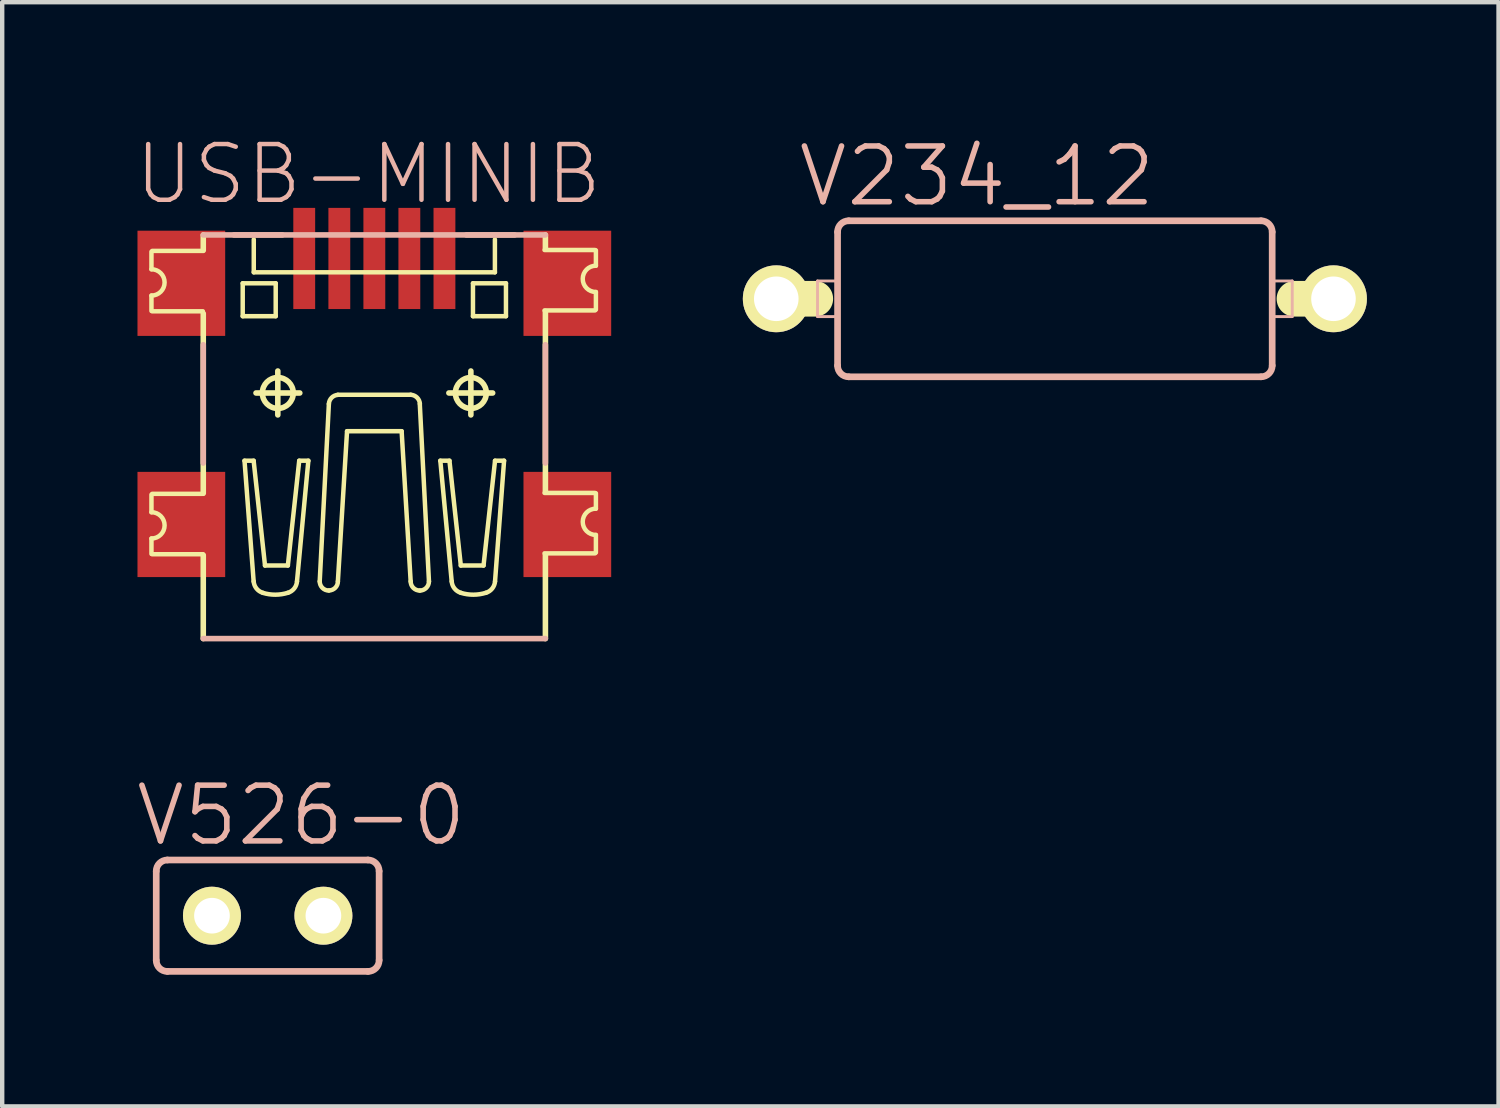
<source format=kicad_pcb>
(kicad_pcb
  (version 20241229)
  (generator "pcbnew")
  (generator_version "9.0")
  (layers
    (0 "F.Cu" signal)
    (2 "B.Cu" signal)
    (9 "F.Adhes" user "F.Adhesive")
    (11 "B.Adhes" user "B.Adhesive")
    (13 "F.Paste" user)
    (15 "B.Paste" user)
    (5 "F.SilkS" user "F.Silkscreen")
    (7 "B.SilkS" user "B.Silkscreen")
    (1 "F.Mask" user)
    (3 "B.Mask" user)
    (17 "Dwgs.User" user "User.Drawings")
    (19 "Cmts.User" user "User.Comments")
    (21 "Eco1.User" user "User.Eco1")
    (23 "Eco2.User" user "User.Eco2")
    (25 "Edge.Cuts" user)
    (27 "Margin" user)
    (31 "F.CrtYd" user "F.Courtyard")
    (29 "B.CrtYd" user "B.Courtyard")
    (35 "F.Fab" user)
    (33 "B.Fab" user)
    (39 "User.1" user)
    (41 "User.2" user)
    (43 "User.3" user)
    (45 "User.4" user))
  (footprint "V526-0"
    (layer "F.Cu")
    (at 3.051 17.821)
    (property "Reference" "V526-0" (at 0.762 -2.286 0) (layer "B.SilkS") (effects (font (size 1.27 1.27) (thickness 0.127))))
    (attr exclude_from_pos_files exclude_from_bom)
    (fp_line (start -2.54 -1.016) (end -2.54 1.016) (stroke (width 0.152) (type solid)) (layer "B.SilkS"))
    (fp_line (start -2.286 1.27) (end 2.286 1.27) (stroke (width 0.152) (type solid)) (layer "B.SilkS"))
    (fp_line (start 2.286 -1.27) (end -2.286 -1.27) (stroke (width 0.152) (type solid)) (layer "B.SilkS"))
    (fp_line (start 2.54 1.016) (end 2.54 -1.016) (stroke (width 0.152) (type solid)) (layer "B.SilkS"))
    (fp_arc (start -2.54 -1.016) (mid -2.465605 -1.195605) (end -2.286 -1.27) (stroke (width 0.1524) (type solid)) (layer "B.SilkS"))
    (fp_arc (start -2.286 1.27) (mid -2.465605 1.195605) (end -2.54 1.016) (stroke (width 0.1524) (type solid)) (layer "B.SilkS"))
    (fp_arc (start 2.286 -1.27) (mid 2.465605 -1.195605) (end 2.54 -1.016) (stroke (width 0.1524) (type solid)) (layer "B.SilkS"))
    (fp_arc (start 2.54 1.016) (mid 2.465605 1.195605) (end 2.286 1.27) (stroke (width 0.1524) (type solid)) (layer "B.SilkS"))
    (pad "1" thru_hole circle (at -1.27 0) (size 1.321 1.321) (drill 0.813) (layers "*.Cu" "F.Mask" "F.SilkS" "F.Paste"))
    (pad "2" thru_hole circle (at 1.27 0) (size 1.321 1.321) (drill 0.813) (layers "*.Cu" "F.Mask" "F.SilkS" "F.Paste")))
  (footprint "V234_12"
    (layer "F.Cu")
    (at 20.993 3.76)
    (property "Reference" "V234_12" (at -1.778 -2.794 0) (layer "B.SilkS") (effects (font (size 1.27 1.27) (thickness 0.127))))
    (attr exclude_from_pos_files exclude_from_bom)
    (fp_line (start -6.35 0) (end -5.461 0) (stroke (width 0.813) (type solid)) (layer "F.SilkS"))
    (fp_line (start 6.35 0) (end 5.461 0) (stroke (width 0.813) (type solid)) (layer "F.SilkS"))
    (fp_line (start -5.41 -0.406) (end -4.953 -0.406) (stroke (width 0.066) (type solid)) (layer "B.SilkS"))
    (fp_line (start -5.41 0.406) (end -5.41 -0.406) (stroke (width 0.066) (type solid)) (layer "B.SilkS"))
    (fp_line (start -5.41 0.406) (end -4.953 0.406) (stroke (width 0.066) (type solid)) (layer "B.SilkS"))
    (fp_line (start -4.953 -1.524) (end -4.953 1.524) (stroke (width 0.152) (type solid)) (layer "B.SilkS"))
    (fp_line (start -4.953 0.406) (end -4.953 -0.406) (stroke (width 0.066) (type solid)) (layer "B.SilkS"))
    (fp_line (start -4.699 -1.778) (end 4.699 -1.778) (stroke (width 0.152) (type solid)) (layer "B.SilkS"))
    (fp_line (start 4.699 1.778) (end -4.699 1.778) (stroke (width 0.152) (type solid)) (layer "B.SilkS"))
    (fp_line (start 4.953 -1.524) (end 4.953 1.524) (stroke (width 0.152) (type solid)) (layer "B.SilkS"))
    (fp_line (start 4.953 -0.406) (end 5.41 -0.406) (stroke (width 0.066) (type solid)) (layer "B.SilkS"))
    (fp_line (start 4.953 0.406) (end 4.953 -0.406) (stroke (width 0.066) (type solid)) (layer "B.SilkS"))
    (fp_line (start 4.953 0.406) (end 5.41 0.406) (stroke (width 0.066) (type solid)) (layer "B.SilkS"))
    (fp_line (start 5.41 0.406) (end 5.41 -0.406) (stroke (width 0.066) (type solid)) (layer "B.SilkS"))
    (fp_arc (start -4.953 -1.524) (mid -4.878605 -1.703605) (end -4.699 -1.778) (stroke (width 0.1524) (type solid)) (layer "B.SilkS"))
    (fp_arc (start -4.699 1.778) (mid -4.878605 1.703605) (end -4.953 1.524) (stroke (width 0.1524) (type solid)) (layer "B.SilkS"))
    (fp_arc (start 4.699 -1.778) (mid 4.878605 -1.703605) (end 4.953 -1.524) (stroke (width 0.1524) (type solid)) (layer "B.SilkS"))
    (fp_arc (start 4.953 1.524) (mid 4.878605 1.703605) (end 4.699 1.778) (stroke (width 0.1524) (type solid)) (layer "B.SilkS"))
    (pad "1" thru_hole circle (at -6.35 0) (size 1.524 1.524) (drill 1.016) (layers "*.Cu" "F.Mask" "F.SilkS" "F.Paste"))
    (pad "2" thru_hole circle (at 6.35 0) (size 1.524 1.524) (drill 1.016) (layers "*.Cu" "F.Mask" "F.SilkS" "F.Paste")))
  (footprint "USB-MINIB"
    (layer "F.Cu")
    (at 5.482 6.905)
    (property "Reference" "USB-MINIB" (at -0.135 -5.984 0) (layer "B.SilkS") (effects (font (size 1.27 1.27) (thickness 0.102))))
    (attr smd)
    (fp_line (start -5.08 -4.219) (end -5.08 -3.818) (stroke (width 0.102) (type solid)) (layer "F.SilkS"))
    (fp_line (start -5.08 -2.868) (end -5.08 -3.218) (stroke (width 0.102) (type solid)) (layer "F.SilkS"))
    (fp_line (start -5.08 1.318) (end -5.08 1.72) (stroke (width 0.102) (type solid)) (layer "F.SilkS"))
    (fp_line (start -5.08 2.67) (end -5.08 2.319) (stroke (width 0.102) (type solid)) (layer "F.SilkS"))
    (fp_line (start -5.06 -4.237) (end -3.909 -4.237) (stroke (width 0.102) (type solid)) (layer "F.SilkS"))
    (fp_line (start -5.06 1.3) (end -3.909 1.3) (stroke (width 0.102) (type solid)) (layer "F.SilkS"))
    (fp_line (start -3.909 -2.86) (end -5.06 -2.86) (stroke (width 0.102) (type solid)) (layer "F.SilkS"))
    (fp_line (start -3.909 2.677) (end -5.06 2.677) (stroke (width 0.102) (type solid)) (layer "F.SilkS"))
    (fp_line (start -3.899 -4.6) (end -3.899 -4.249) (stroke (width 0.127) (type solid)) (layer "F.SilkS"))
    (fp_line (start -3.899 1.288) (end -3.899 -2.809) (stroke (width 0.127) (type solid)) (layer "F.SilkS"))
    (fp_line (start -3.899 4.6) (end -3.899 2.697) (stroke (width 0.127) (type solid)) (layer "F.SilkS"))
    (fp_line (start -3 -3.498) (end -2.248 -3.498) (stroke (width 0.102) (type solid)) (layer "F.SilkS"))
    (fp_line (start -3 -2.748) (end -3 -3.498) (stroke (width 0.102) (type solid)) (layer "F.SilkS"))
    (fp_line (start -2.959 0.546) (end -2.751 3.297) (stroke (width 0.102) (type solid)) (layer "F.SilkS"))
    (fp_line (start -2.751 0.546) (end -2.959 0.546) (stroke (width 0.102) (type solid)) (layer "F.SilkS"))
    (fp_line (start -2.748 -4.498) (end -2.748 -3.749) (stroke (width 0.102) (type solid)) (layer "F.SilkS"))
    (fp_line (start -2.748 -3.749) (end 2.748 -3.749) (stroke (width 0.102) (type solid)) (layer "F.SilkS"))
    (fp_line (start -2.697 -0.998) (end -1.699 -0.998) (stroke (width 0.127) (type solid)) (layer "F.SilkS"))
    (fp_line (start -2.492 2.934) (end -2.751 0.546) (stroke (width 0.102) (type solid)) (layer "F.SilkS"))
    (fp_line (start -2.248 -3.498) (end -2.248 -2.748) (stroke (width 0.102) (type solid)) (layer "F.SilkS"))
    (fp_line (start -2.248 -2.748) (end -3 -2.748) (stroke (width 0.102) (type solid)) (layer "F.SilkS"))
    (fp_line (start -2.2 -0.498) (end -2.2 -1.499) (stroke (width 0.127) (type solid)) (layer "F.SilkS"))
    (fp_line (start -1.971 2.934) (end -2.492 2.934) (stroke (width 0.102) (type solid)) (layer "F.SilkS"))
    (fp_line (start -1.763 3.297) (end -1.504 0.546) (stroke (width 0.102) (type solid)) (layer "F.SilkS"))
    (fp_line (start -1.712 0.546) (end -1.971 2.934) (stroke (width 0.102) (type solid)) (layer "F.SilkS"))
    (fp_line (start -1.504 0.546) (end -1.712 0.546) (stroke (width 0.102) (type solid)) (layer "F.SilkS"))
    (fp_line (start -1.245 3.297) (end -1.036 -0.749) (stroke (width 0.102) (type solid)) (layer "F.SilkS"))
    (fp_line (start -0.831 3.297) (end -0.622 -0.127) (stroke (width 0.102) (type solid)) (layer "F.SilkS"))
    (fp_line (start 0.622 -0.127) (end -0.622 -0.127) (stroke (width 0.102) (type solid)) (layer "F.SilkS"))
    (fp_line (start 0.828 -0.958) (end -0.831 -0.958) (stroke (width 0.102) (type solid)) (layer "F.SilkS"))
    (fp_line (start 0.828 3.297) (end 0.622 -0.127) (stroke (width 0.102) (type solid)) (layer "F.SilkS"))
    (fp_line (start 1.245 3.297) (end 1.036 -0.749) (stroke (width 0.102) (type solid)) (layer "F.SilkS"))
    (fp_line (start 1.504 0.546) (end 1.712 0.546) (stroke (width 0.102) (type solid)) (layer "F.SilkS"))
    (fp_line (start 1.699 -0.998) (end 2.697 -0.998) (stroke (width 0.127) (type solid)) (layer "F.SilkS"))
    (fp_line (start 1.712 0.546) (end 1.971 2.934) (stroke (width 0.102) (type solid)) (layer "F.SilkS"))
    (fp_line (start 1.763 3.297) (end 1.504 0.546) (stroke (width 0.102) (type solid)) (layer "F.SilkS"))
    (fp_line (start 1.971 2.934) (end 2.489 2.934) (stroke (width 0.102) (type solid)) (layer "F.SilkS"))
    (fp_line (start 2.2 -0.498) (end 2.2 -1.499) (stroke (width 0.127) (type solid)) (layer "F.SilkS"))
    (fp_line (start 2.248 -3.498) (end 2.248 -2.748) (stroke (width 0.102) (type solid)) (layer "F.SilkS"))
    (fp_line (start 2.248 -2.748) (end 3 -2.748) (stroke (width 0.102) (type solid)) (layer "F.SilkS"))
    (fp_line (start 2.489 2.934) (end 2.751 0.546) (stroke (width 0.102) (type solid)) (layer "F.SilkS"))
    (fp_line (start 2.748 -3.749) (end 2.748 -4.498) (stroke (width 0.102) (type solid)) (layer "F.SilkS"))
    (fp_line (start 2.751 0.546) (end 2.957 0.546) (stroke (width 0.102) (type solid)) (layer "F.SilkS"))
    (fp_line (start 2.957 0.546) (end 2.751 3.297) (stroke (width 0.102) (type solid)) (layer "F.SilkS"))
    (fp_line (start 3 -3.498) (end 2.248 -3.498) (stroke (width 0.102) (type solid)) (layer "F.SilkS"))
    (fp_line (start 3 -2.748) (end 3 -3.498) (stroke (width 0.102) (type solid)) (layer "F.SilkS"))
    (fp_line (start 3.879 -4.257) (end 5.029 -4.257) (stroke (width 0.102) (type solid)) (layer "F.SilkS"))
    (fp_line (start 3.879 1.28) (end 5.029 1.28) (stroke (width 0.102) (type solid)) (layer "F.SilkS"))
    (fp_line (start 3.899 -4.6) (end 3.899 -4.298) (stroke (width 0.127) (type solid)) (layer "F.SilkS"))
    (fp_line (start 3.899 1.24) (end 3.899 -2.857) (stroke (width 0.127) (type solid)) (layer "F.SilkS"))
    (fp_line (start 3.899 4.6) (end 3.899 2.697) (stroke (width 0.127) (type solid)) (layer "F.SilkS"))
    (fp_line (start 5.029 -2.88) (end 3.879 -2.88) (stroke (width 0.102) (type solid)) (layer "F.SilkS"))
    (fp_line (start 5.029 2.657) (end 3.879 2.657) (stroke (width 0.102) (type solid)) (layer "F.SilkS"))
    (fp_line (start 5.05 -4.249) (end 5.05 -3.899) (stroke (width 0.102) (type solid)) (layer "F.SilkS"))
    (fp_line (start 5.05 -2.898) (end 5.05 -3.299) (stroke (width 0.102) (type solid)) (layer "F.SilkS"))
    (fp_line (start 5.05 1.288) (end 5.05 1.638) (stroke (width 0.102) (type solid)) (layer "F.SilkS"))
    (fp_line (start 5.05 2.639) (end 5.05 2.238) (stroke (width 0.102) (type solid)) (layer "F.SilkS"))
    (fp_arc (start -5.08 -3.81762) (mid -4.78028 -3.5179) (end -5.08 -3.21818) (stroke (width 0.1016) (type solid)) (layer "F.SilkS"))
    (fp_arc (start -5.08 1.71958) (mid -4.78028 2.0193) (end -5.08 2.31902) (stroke (width 0.1016) (type solid)) (layer "F.SilkS"))
    (fp_arc (start -2.54254 3.556) (mid -2.686403 3.458304) (end -2.750193 3.296527) (stroke (width 0.1016) (type solid)) (layer "F.SilkS"))
    (fp_arc (start -1.97104 3.556) (mid -2.255382 3.599296) (end -2.539958 3.557566) (stroke (width 0.1016) (type solid)) (layer "F.SilkS"))
    (fp_arc (start -1.76276 3.29692) (mid -1.826881 3.458982) (end -1.971177 3.556727) (stroke (width 0.1016) (type solid)) (layer "F.SilkS"))
    (fp_arc (start -1.03632 -0.7493) (mid -0.972121 -0.8918) (end -0.829227 -0.955114) (stroke (width 0.1016) (type solid)) (layer "F.SilkS"))
    (fp_arc (start -1.03632 3.5052) (mid -1.183596 3.444196) (end -1.2446 3.29692) (stroke (width 0.1016) (type solid)) (layer "F.SilkS"))
    (fp_arc (start -0.83058 3.29692) (mid -0.89084 3.4424) (end -1.03632 3.50266) (stroke (width 0.1016) (type solid)) (layer "F.SilkS"))
    (fp_arc (start 0.82804 -0.95758) (mid 0.972882 -0.894428) (end 1.03864 -0.75075) (stroke (width 0.1016) (type solid)) (layer "F.SilkS"))
    (fp_arc (start 1.03632 3.5052) (mid 0.889044 3.444196) (end 0.82804 3.29692) (stroke (width 0.1016) (type solid)) (layer "F.SilkS"))
    (fp_arc (start 1.2446 3.29692) (mid 1.183596 3.444196) (end 1.03632 3.5052) (stroke (width 0.1016) (type solid)) (layer "F.SilkS"))
    (fp_arc (start 1.97104 3.556) (mid 1.827177 3.458304) (end 1.763387 3.296527) (stroke (width 0.1016) (type solid)) (layer "F.SilkS"))
    (fp_arc (start 2.54254 3.556) (mid 2.258198 3.599296) (end 1.973622 3.557566) (stroke (width 0.1016) (type solid)) (layer "F.SilkS"))
    (fp_arc (start 2.75082 3.29692) (mid 2.686699 3.458982) (end 2.542403 3.556727) (stroke (width 0.1016) (type solid)) (layer "F.SilkS"))
    (fp_arc (start 5.04952 -3.29946) (mid 4.7498 -3.59918) (end 5.04952 -3.8989) (stroke (width 0.1016) (type solid)) (layer "F.SilkS"))
    (fp_arc (start 5.04952 2.23774) (mid 4.7498 1.93802) (end 5.04952 1.6383) (stroke (width 0.1016) (type solid)) (layer "F.SilkS"))
    (fp_circle (center -2.2 -0.998) (end -2.449 -1.247) (stroke (width 0.127) (type solid)) (fill no) (layer "F.SilkS"))
    (fp_circle (center 2.2 -0.998) (end 2.449 -1.247) (stroke (width 0.127) (type solid)) (fill no) (layer "F.SilkS"))
    (fp_line (start -3.899 -4.6) (end 3.899 -4.6) (stroke (width 0.127) (type solid)) (layer "B.SilkS"))
    (fp_line (start -3.899 0.599) (end -3.899 -2.098) (stroke (width 0.127) (type solid)) (layer "B.SilkS"))
    (fp_line (start -3.899 4.6) (end 3.899 4.6) (stroke (width 0.127) (type solid)) (layer "B.SilkS"))
    (fp_line (start -3.198 -4.6) (end -2.098 -4.6) (stroke (width 0.127) (type solid)) (layer "B.SilkS"))
    (fp_line (start 2.098 -4.6) (end 3.198 -4.6) (stroke (width 0.127) (type solid)) (layer "B.SilkS"))
    (fp_line (start 3.899 -2.098) (end 3.899 0.599) (stroke (width 0.127) (type solid)) (layer "B.SilkS"))
    (pad "D+" smd rect (at 0 -4.064 180) (size 0.498 2.306) (layers "F.Cu" "F.Mask" "F.Paste"))
    (pad "D-" smd rect (at -0.798 -4.064 180) (size 0.498 2.306) (layers "F.Cu" "F.Mask" "F.Paste"))
    (pad "GND" smd rect (at 1.598 -4.064 180) (size 0.498 2.306) (layers "F.Cu" "F.Mask" "F.Paste"))
    (pad "GND1" smd rect (at -4.399 1.999) (size 1.999 2.398) (layers "F.Cu" "F.Mask" "F.Paste"))
    (pad "GND2" smd rect (at -4.399 -3.498) (size 1.999 2.398) (layers "F.Cu" "F.Mask" "F.Paste"))
    (pad "GND3" smd rect (at 4.399 -3.498) (size 1.999 2.398) (layers "F.Cu" "F.Mask" "F.Paste"))
    (pad "GND4" smd rect (at 4.399 1.999) (size 1.999 2.398) (layers "F.Cu" "F.Mask" "F.Paste"))
    (pad "ID" smd rect (at 0.798 -4.064 180) (size 0.498 2.306) (layers "F.Cu" "F.Mask" "F.Paste"))
    (pad "VBUS" smd rect (at -1.598 -4.064 180) (size 0.498 2.306) (layers "F.Cu" "F.Mask" "F.Paste")))
  (gr_rect
    (start -3 -3)
    (end 31.105 22.167)
    (stroke (width 0.1) (type default))
    (fill no)
    (layer "Edge.Cuts")))
</source>
